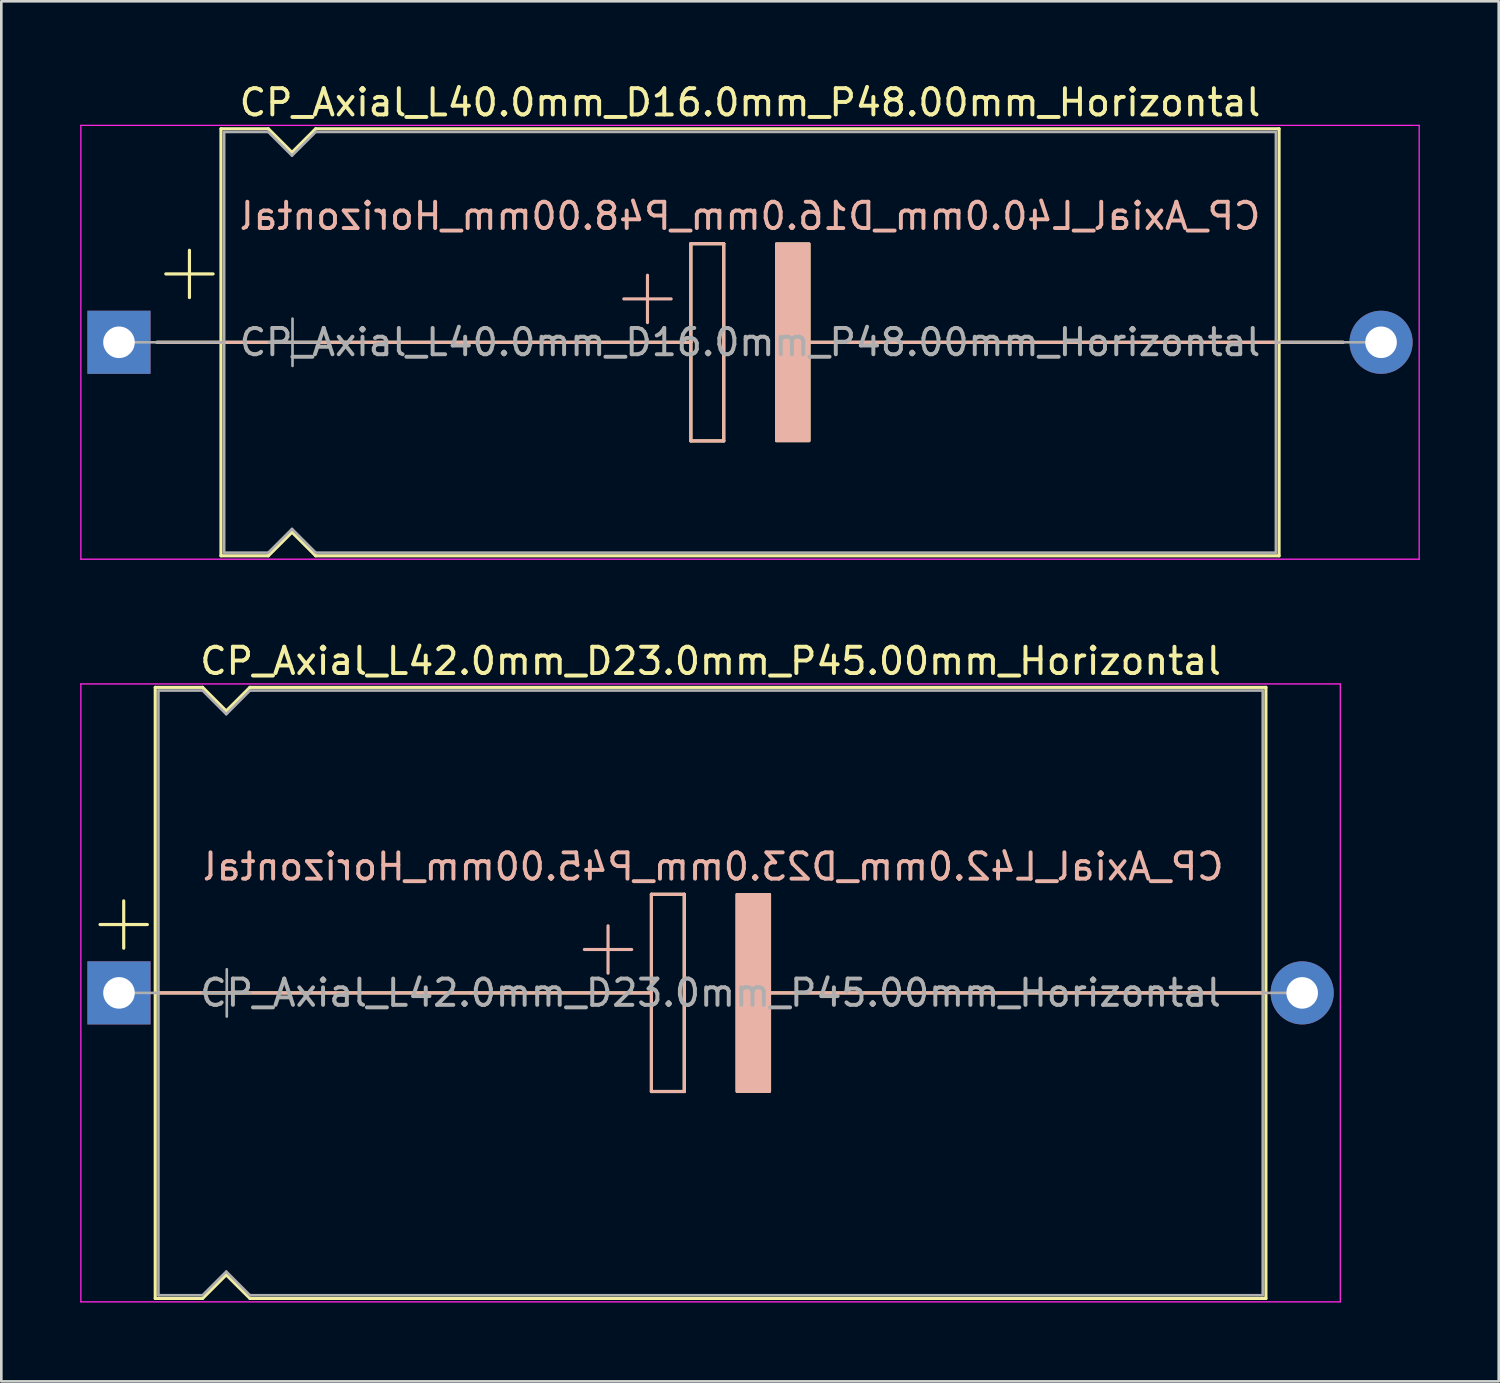
<source format=kicad_pcb>
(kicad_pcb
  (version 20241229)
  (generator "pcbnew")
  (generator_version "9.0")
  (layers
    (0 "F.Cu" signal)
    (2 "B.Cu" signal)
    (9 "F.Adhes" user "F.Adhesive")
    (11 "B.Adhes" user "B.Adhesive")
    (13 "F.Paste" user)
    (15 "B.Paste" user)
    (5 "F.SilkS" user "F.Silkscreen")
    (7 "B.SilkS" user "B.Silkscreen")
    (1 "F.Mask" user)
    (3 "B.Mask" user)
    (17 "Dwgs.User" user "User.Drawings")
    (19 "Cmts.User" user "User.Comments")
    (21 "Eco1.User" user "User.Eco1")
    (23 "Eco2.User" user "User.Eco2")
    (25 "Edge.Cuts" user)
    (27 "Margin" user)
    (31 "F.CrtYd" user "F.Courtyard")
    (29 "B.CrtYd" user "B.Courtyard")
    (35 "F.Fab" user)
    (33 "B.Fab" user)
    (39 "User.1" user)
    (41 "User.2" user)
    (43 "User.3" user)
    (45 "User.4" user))
  (footprint "CP_Axial_L40.0mm_D16.0mm_P48.00mm_Horizontal"
    (layer "F.Cu")
    (at 1.475 9.968)
    (property "Reference" "CP_Axial_L40.0mm_D16.0mm_P48.00mm_Horizontal" (at 24 -9.12 0) (layer "F.SilkS") (effects (font (size 1 1) (thickness 0.15))))
    (fp_line (start 1.44 0) (end 3.88 0) (stroke (width 0.12) (type solid)) (layer "F.SilkS"))
    (fp_line (start 1.78 -2.6) (end 3.58 -2.6) (stroke (width 0.12) (type solid)) (layer "F.SilkS"))
    (fp_line (start 2.68 -3.5) (end 2.68 -1.7) (stroke (width 0.12) (type solid)) (layer "F.SilkS"))
    (fp_line (start 3.873 0) (end 21.75 0) (stroke (width 0.12) (type solid)) (layer "F.SilkS"))
    (fp_line (start 3.88 -8.12) (end 3.88 8.12) (stroke (width 0.12) (type solid)) (layer "F.SilkS"))
    (fp_line (start 3.88 -8.12) (end 5.68 -8.12) (stroke (width 0.12) (type solid)) (layer "F.SilkS"))
    (fp_line (start 3.88 8.12) (end 5.68 8.12) (stroke (width 0.12) (type solid)) (layer "F.SilkS"))
    (fp_line (start 5.68 -8.12) (end 6.58 -7.22) (stroke (width 0.12) (type solid)) (layer "F.SilkS"))
    (fp_line (start 5.68 8.12) (end 6.58 7.22) (stroke (width 0.12) (type solid)) (layer "F.SilkS"))
    (fp_line (start 6.58 -7.22) (end 7.48 -8.12) (stroke (width 0.12) (type solid)) (layer "F.SilkS"))
    (fp_line (start 6.58 7.22) (end 7.48 8.12) (stroke (width 0.12) (type solid)) (layer "F.SilkS"))
    (fp_line (start 7.48 -8.12) (end 44.12 -8.12) (stroke (width 0.12) (type solid)) (layer "F.SilkS"))
    (fp_line (start 7.48 8.12) (end 44.12 8.12) (stroke (width 0.12) (type solid)) (layer "F.SilkS"))
    (fp_line (start 21.75 -3.75) (end 23 -3.75) (stroke (width 0.12) (type solid)) (layer "F.SilkS"))
    (fp_line (start 21.75 0) (end 21.75 -3.75) (stroke (width 0.12) (type solid)) (layer "F.SilkS"))
    (fp_line (start 21.75 3.75) (end 21.75 0) (stroke (width 0.12) (type solid)) (layer "F.SilkS"))
    (fp_line (start 23 -3.75) (end 23 3.75) (stroke (width 0.12) (type solid)) (layer "F.SilkS"))
    (fp_line (start 23 3.75) (end 21.75 3.75) (stroke (width 0.12) (type solid)) (layer "F.SilkS"))
    (fp_line (start 26.25 0) (end 44.133 0) (stroke (width 0.12) (type solid)) (layer "F.SilkS"))
    (fp_line (start 44.12 -8.12) (end 44.12 8.12) (stroke (width 0.12) (type solid)) (layer "F.SilkS"))
    (fp_line (start 46.56 0) (end 44.12 0) (stroke (width 0.12) (type solid)) (layer "F.SilkS"))
    (fp_poly (pts (xy 26.25 3.75) (xy 25 3.75) (xy 25 -3.75) (xy 26.25 -3.75)) (stroke (width 0.1) (type solid)) (fill yes) (layer "F.SilkS"))
    (fp_line (start 1.45 0) (end 14.88 0) (stroke (width 0.12) (type solid)) (layer "B.SilkS"))
    (fp_line (start 14.88 0) (end 21.75 0) (stroke (width 0.12) (type solid)) (layer "B.SilkS"))
    (fp_line (start 20.1 -2.55) (end 20.1 -0.75) (stroke (width 0.12) (type solid)) (layer "B.SilkS"))
    (fp_line (start 21 -1.65) (end 19.2 -1.65) (stroke (width 0.12) (type solid)) (layer "B.SilkS"))
    (fp_line (start 21.75 -3.75) (end 23 -3.75) (stroke (width 0.12) (type solid)) (layer "B.SilkS"))
    (fp_line (start 21.75 0) (end 21.75 -3.75) (stroke (width 0.12) (type solid)) (layer "B.SilkS"))
    (fp_line (start 21.75 3.75) (end 21.75 0) (stroke (width 0.12) (type solid)) (layer "B.SilkS"))
    (fp_line (start 23 -3.75) (end 23 3.75) (stroke (width 0.12) (type solid)) (layer "B.SilkS"))
    (fp_line (start 23 3.75) (end 21.75 3.75) (stroke (width 0.12) (type solid)) (layer "B.SilkS"))
    (fp_line (start 26.25 0) (end 33.12 0) (stroke (width 0.12) (type solid)) (layer "B.SilkS"))
    (fp_line (start 46.55 0) (end 33.12 0) (stroke (width 0.12) (type solid)) (layer "B.SilkS"))
    (fp_poly (pts (xy 26.25 3.75) (xy 25 3.75) (xy 25 -3.75) (xy 26.25 -3.75)) (stroke (width 0.1) (type solid)) (fill yes) (layer "B.SilkS"))
    (fp_line (start -1.45 -8.25) (end -1.45 8.25) (stroke (width 0.05) (type solid)) (layer "F.CrtYd"))
    (fp_line (start -1.45 8.25) (end 49.45 8.25) (stroke (width 0.05) (type solid)) (layer "F.CrtYd"))
    (fp_line (start 49.45 -8.25) (end -1.45 -8.25) (stroke (width 0.05) (type solid)) (layer "F.CrtYd"))
    (fp_line (start 49.45 8.25) (end 49.45 -8.25) (stroke (width 0.05) (type solid)) (layer "F.CrtYd"))
    (fp_line (start 0 0) (end 4 0) (stroke (width 0.1) (type solid)) (layer "F.Fab"))
    (fp_line (start 4 -8) (end 4 8) (stroke (width 0.1) (type solid)) (layer "F.Fab"))
    (fp_line (start 4 -8) (end 5.68 -8) (stroke (width 0.1) (type solid)) (layer "F.Fab"))
    (fp_line (start 4 8) (end 5.68 8) (stroke (width 0.1) (type solid)) (layer "F.Fab"))
    (fp_line (start 5.68 -8) (end 6.58 -7.1) (stroke (width 0.1) (type solid)) (layer "F.Fab"))
    (fp_line (start 5.68 8) (end 6.58 7.1) (stroke (width 0.1) (type solid)) (layer "F.Fab"))
    (fp_line (start 5.7 0) (end 7.5 0) (stroke (width 0.1) (type solid)) (layer "F.Fab"))
    (fp_line (start 6.58 -7.1) (end 7.48 -8) (stroke (width 0.1) (type solid)) (layer "F.Fab"))
    (fp_line (start 6.58 7.1) (end 7.48 8) (stroke (width 0.1) (type solid)) (layer "F.Fab"))
    (fp_line (start 6.6 -0.9) (end 6.6 0.9) (stroke (width 0.1) (type solid)) (layer "F.Fab"))
    (fp_line (start 7.48 -8) (end 44 -8) (stroke (width 0.1) (type solid)) (layer "F.Fab"))
    (fp_line (start 7.48 8) (end 44 8) (stroke (width 0.1) (type solid)) (layer "F.Fab"))
    (fp_line (start 44 -8) (end 44 8) (stroke (width 0.1) (type solid)) (layer "F.Fab"))
    (fp_line (start 48 0) (end 44 0) (stroke (width 0.1) (type solid)) (layer "F.Fab"))
    (fp_text user "${REFERENCE}" (at 24 -4.8 0) (layer "B.SilkS") (effects (font (size 1 1) (thickness 0.15)) (justify mirror)))
    (fp_text user "${REFERENCE}" (at 24 0 0) (layer "F.Fab") (effects (font (size 1 1) (thickness 0.15))))
    (pad "1" thru_hole rect (at 0 0) (size 2.4 2.4) (drill 1.2) (layers "*.Cu" "*.Mask"))
    (pad "2" thru_hole oval (at 48 0) (size 2.4 2.4) (drill 1.2) (layers "*.Cu" "*.Mask")))
  (footprint "CP_Axial_L42.0mm_D23.0mm_P45.00mm_Horizontal"
    (layer "F.Cu")
    (at 1.475 34.712)
    (property "Reference" "CP_Axial_L42.0mm_D23.0mm_P45.00mm_Horizontal" (at 22.5 -12.62 0) (layer "F.SilkS") (effects (font (size 1 1) (thickness 0.15))))
    (fp_line (start -0.72 -2.6) (end 1.08 -2.6) (stroke (width 0.12) (type solid)) (layer "F.SilkS"))
    (fp_line (start 0.18 -3.5) (end 0.18 -1.7) (stroke (width 0.12) (type solid)) (layer "F.SilkS"))
    (fp_line (start 1.38 -11.62) (end 1.38 11.62) (stroke (width 0.12) (type solid)) (layer "F.SilkS"))
    (fp_line (start 1.38 -11.62) (end 3.18 -11.62) (stroke (width 0.12) (type solid)) (layer "F.SilkS"))
    (fp_line (start 1.38 11.62) (end 3.18 11.62) (stroke (width 0.12) (type solid)) (layer "F.SilkS"))
    (fp_line (start 1.397 0) (end 20.25 0) (stroke (width 0.12) (type solid)) (layer "F.SilkS"))
    (fp_line (start 3.18 -11.62) (end 4.08 -10.72) (stroke (width 0.12) (type solid)) (layer "F.SilkS"))
    (fp_line (start 3.18 11.62) (end 4.08 10.72) (stroke (width 0.12) (type solid)) (layer "F.SilkS"))
    (fp_line (start 4.08 -10.72) (end 4.98 -11.62) (stroke (width 0.12) (type solid)) (layer "F.SilkS"))
    (fp_line (start 4.08 10.72) (end 4.98 11.62) (stroke (width 0.12) (type solid)) (layer "F.SilkS"))
    (fp_line (start 4.98 -11.62) (end 43.62 -11.62) (stroke (width 0.12) (type solid)) (layer "F.SilkS"))
    (fp_line (start 4.98 11.62) (end 43.62 11.62) (stroke (width 0.12) (type solid)) (layer "F.SilkS"))
    (fp_line (start 20.25 -3.75) (end 21.5 -3.75) (stroke (width 0.12) (type solid)) (layer "F.SilkS"))
    (fp_line (start 20.25 0) (end 20.25 -3.75) (stroke (width 0.12) (type solid)) (layer "F.SilkS"))
    (fp_line (start 20.25 3.75) (end 20.25 0) (stroke (width 0.12) (type solid)) (layer "F.SilkS"))
    (fp_line (start 21.5 -3.75) (end 21.5 3.75) (stroke (width 0.12) (type solid)) (layer "F.SilkS"))
    (fp_line (start 21.5 3.75) (end 20.25 3.75) (stroke (width 0.12) (type solid)) (layer "F.SilkS"))
    (fp_line (start 24.75 0) (end 43.561 0) (stroke (width 0.12) (type solid)) (layer "F.SilkS"))
    (fp_line (start 43.62 -11.62) (end 43.62 11.62) (stroke (width 0.12) (type solid)) (layer "F.SilkS"))
    (fp_poly (pts (xy 24.75 3.75) (xy 23.5 3.75) (xy 23.5 -3.75) (xy 24.75 -3.75)) (stroke (width 0.1) (type solid)) (fill yes) (layer "F.SilkS"))
    (fp_line (start 1.4 0) (end 13.38 0) (stroke (width 0.12) (type solid)) (layer "B.SilkS"))
    (fp_line (start 13.38 0) (end 20.25 0) (stroke (width 0.12) (type solid)) (layer "B.SilkS"))
    (fp_line (start 18.6 -2.55) (end 18.6 -0.75) (stroke (width 0.12) (type solid)) (layer "B.SilkS"))
    (fp_line (start 19.5 -1.65) (end 17.7 -1.65) (stroke (width 0.12) (type solid)) (layer "B.SilkS"))
    (fp_line (start 20.25 -3.75) (end 21.5 -3.75) (stroke (width 0.12) (type solid)) (layer "B.SilkS"))
    (fp_line (start 20.25 0) (end 20.25 -3.75) (stroke (width 0.12) (type solid)) (layer "B.SilkS"))
    (fp_line (start 20.25 3.75) (end 20.25 0) (stroke (width 0.12) (type solid)) (layer "B.SilkS"))
    (fp_line (start 21.5 -3.75) (end 21.5 3.75) (stroke (width 0.12) (type solid)) (layer "B.SilkS"))
    (fp_line (start 21.5 3.75) (end 20.25 3.75) (stroke (width 0.12) (type solid)) (layer "B.SilkS"))
    (fp_line (start 24.75 0) (end 31.62 0) (stroke (width 0.12) (type solid)) (layer "B.SilkS"))
    (fp_line (start 43.6 0) (end 31.62 0) (stroke (width 0.12) (type solid)) (layer "B.SilkS"))
    (fp_poly (pts (xy 24.75 3.75) (xy 23.5 3.75) (xy 23.5 -3.75) (xy 24.75 -3.75)) (stroke (width 0.1) (type solid)) (fill yes) (layer "B.SilkS"))
    (fp_line (start -1.45 -11.75) (end -1.45 11.75) (stroke (width 0.05) (type solid)) (layer "F.CrtYd"))
    (fp_line (start -1.45 11.75) (end 46.45 11.75) (stroke (width 0.05) (type solid)) (layer "F.CrtYd"))
    (fp_line (start 46.45 -11.75) (end -1.45 -11.75) (stroke (width 0.05) (type solid)) (layer "F.CrtYd"))
    (fp_line (start 46.45 11.75) (end 46.45 -11.75) (stroke (width 0.05) (type solid)) (layer "F.CrtYd"))
    (fp_line (start 0 0) (end 1.5 0) (stroke (width 0.1) (type solid)) (layer "F.Fab"))
    (fp_line (start 1.5 -11.5) (end 1.5 11.5) (stroke (width 0.1) (type solid)) (layer "F.Fab"))
    (fp_line (start 1.5 -11.5) (end 3.18 -11.5) (stroke (width 0.1) (type solid)) (layer "F.Fab"))
    (fp_line (start 1.5 11.5) (end 3.18 11.5) (stroke (width 0.1) (type solid)) (layer "F.Fab"))
    (fp_line (start 3.18 -11.5) (end 4.08 -10.6) (stroke (width 0.1) (type solid)) (layer "F.Fab"))
    (fp_line (start 3.18 11.5) (end 4.08 10.6) (stroke (width 0.1) (type solid)) (layer "F.Fab"))
    (fp_line (start 3.2 0) (end 5 0) (stroke (width 0.1) (type solid)) (layer "F.Fab"))
    (fp_line (start 4.08 -10.6) (end 4.98 -11.5) (stroke (width 0.1) (type solid)) (layer "F.Fab"))
    (fp_line (start 4.08 10.6) (end 4.98 11.5) (stroke (width 0.1) (type solid)) (layer "F.Fab"))
    (fp_line (start 4.1 -0.9) (end 4.1 0.9) (stroke (width 0.1) (type solid)) (layer "F.Fab"))
    (fp_line (start 4.98 -11.5) (end 43.5 -11.5) (stroke (width 0.1) (type solid)) (layer "F.Fab"))
    (fp_line (start 4.98 11.5) (end 43.5 11.5) (stroke (width 0.1) (type solid)) (layer "F.Fab"))
    (fp_line (start 43.5 -11.5) (end 43.5 11.5) (stroke (width 0.1) (type solid)) (layer "F.Fab"))
    (fp_line (start 45 0) (end 43.5 0) (stroke (width 0.1) (type solid)) (layer "F.Fab"))
    (fp_text user "${REFERENCE}" (at 22.6 -4.8 0) (layer "B.SilkS") (effects (font (size 1 1) (thickness 0.15)) (justify mirror)))
    (fp_text user "${REFERENCE}" (at 22.5 0 0) (layer "F.Fab") (effects (font (size 1 1) (thickness 0.15))))
    (pad "1" thru_hole rect (at 0 0) (size 2.4 2.4) (drill 1.2) (layers "*.Cu" "*.Mask"))
    (pad "2" thru_hole oval (at 45 0) (size 2.4 2.4) (drill 1.2) (layers "*.Cu" "*.Mask")))
  (gr_rect
    (start -3 -3)
    (end 53.95 49.486)
    (stroke (width 0.1) (type default))
    (fill no)
    (layer "Edge.Cuts")))
</source>
